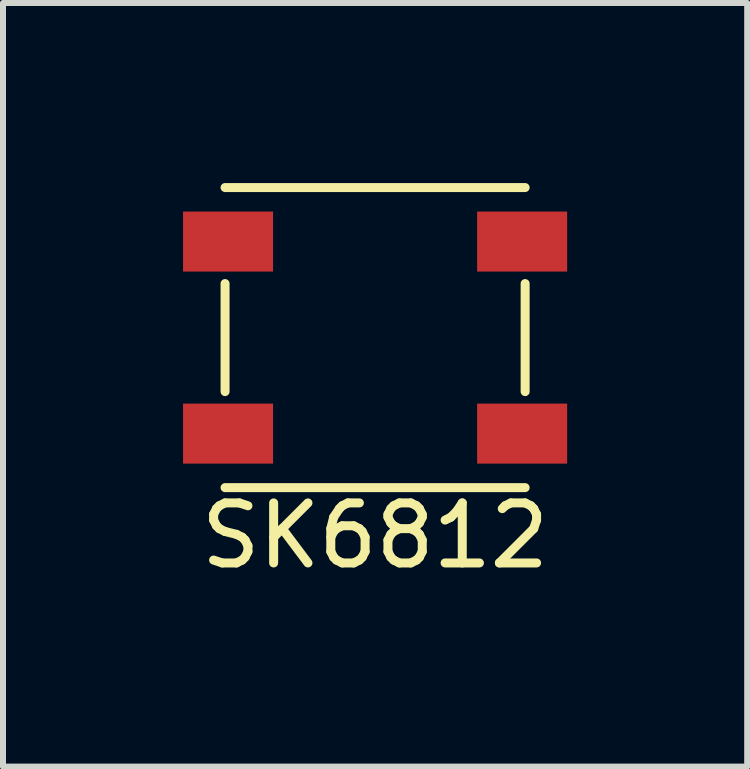
<source format=kicad_pcb>
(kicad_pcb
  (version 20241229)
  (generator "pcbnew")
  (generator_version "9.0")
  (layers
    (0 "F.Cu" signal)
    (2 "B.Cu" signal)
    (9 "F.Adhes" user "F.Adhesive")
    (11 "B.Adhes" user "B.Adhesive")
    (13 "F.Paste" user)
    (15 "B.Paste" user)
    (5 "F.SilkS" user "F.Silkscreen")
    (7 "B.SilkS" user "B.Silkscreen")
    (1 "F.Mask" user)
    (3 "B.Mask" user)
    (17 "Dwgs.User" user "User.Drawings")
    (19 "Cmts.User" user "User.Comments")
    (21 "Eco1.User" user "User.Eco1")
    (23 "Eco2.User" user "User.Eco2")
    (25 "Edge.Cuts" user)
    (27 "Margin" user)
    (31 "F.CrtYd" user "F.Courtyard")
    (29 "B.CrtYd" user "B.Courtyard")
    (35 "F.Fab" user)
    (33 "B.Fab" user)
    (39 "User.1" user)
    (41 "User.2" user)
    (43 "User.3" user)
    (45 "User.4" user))
  (footprint "SK6812"
    (layer "F.Cu")
    (at 3.2 2.575)
    (property "Reference" "SK6812" (at 0 3.3 0) (layer "F.SilkS") (effects (font (size 1 1) (thickness 0.15))))
    (attr through_hole)
    (fp_line (start -2.5 -2.5) (end 2.5 -2.5) (stroke (width 0.15) (type solid)) (layer "F.SilkS"))
    (fp_line (start -2.5 -0.9) (end -2.5 0.9) (stroke (width 0.15) (type solid)) (layer "F.SilkS"))
    (fp_line (start -2.5 2.5) (end 2.5 2.5) (stroke (width 0.15) (type solid)) (layer "F.SilkS"))
    (fp_line (start 2.5 0.9) (end 2.5 -0.9) (stroke (width 0.15) (type solid)) (layer "F.SilkS"))
    (pad "1" smd rect (at -2.45 -1.6) (size 1.5 1) (layers "F.Cu" "F.Mask" "F.Paste"))
    (pad "2" smd rect (at -2.45 1.6) (size 1.5 1) (layers "F.Cu" "F.Mask" "F.Paste"))
    (pad "3" smd rect (at 2.45 1.6) (size 1.5 1) (layers "F.Cu" "F.Mask" "F.Paste"))
    (pad "4" smd rect (at 2.45 -1.6) (size 1.5 1) (layers "F.Cu" "F.Mask" "F.Paste")))
  (gr_rect
    (start -3 -3)
    (end 9.4 9.723)
    (stroke (width 0.1) (type default))
    (fill no)
    (layer "Edge.Cuts")))
</source>
